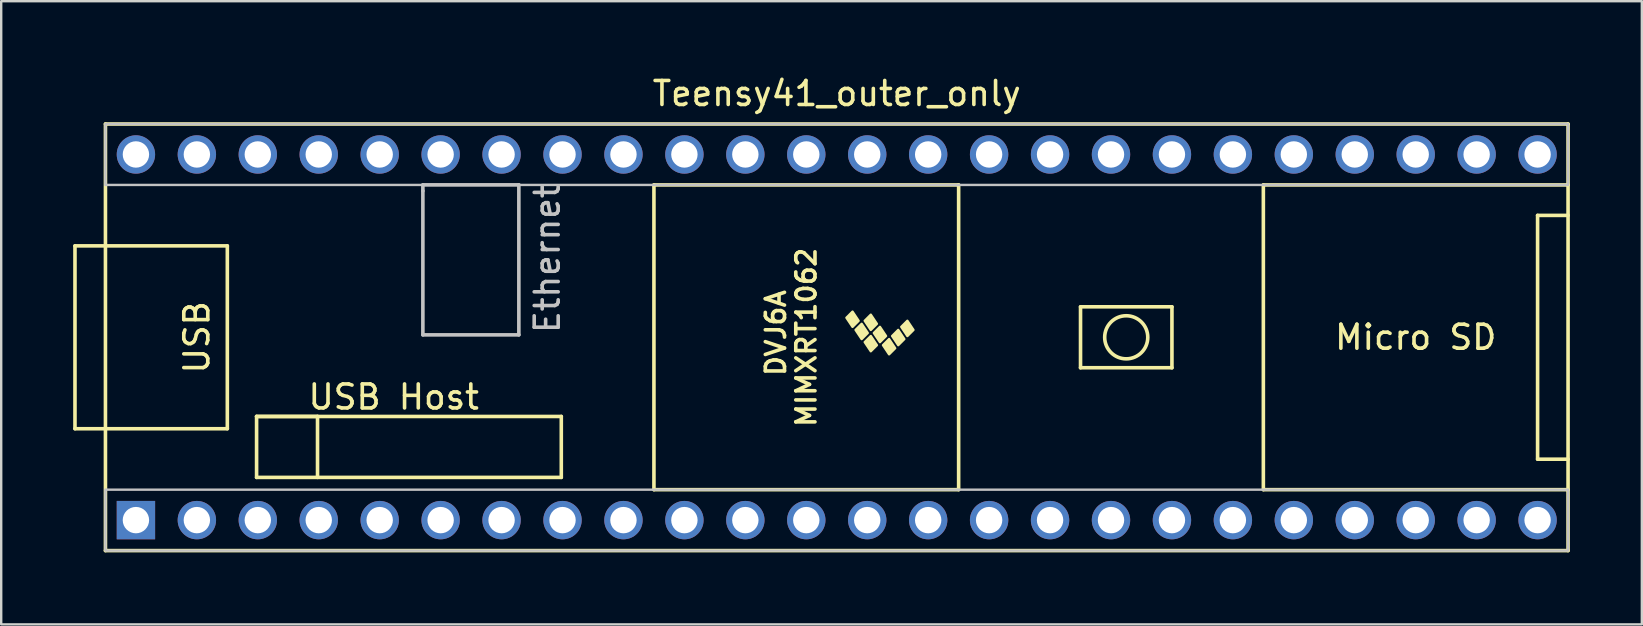
<source format=kicad_pcb>
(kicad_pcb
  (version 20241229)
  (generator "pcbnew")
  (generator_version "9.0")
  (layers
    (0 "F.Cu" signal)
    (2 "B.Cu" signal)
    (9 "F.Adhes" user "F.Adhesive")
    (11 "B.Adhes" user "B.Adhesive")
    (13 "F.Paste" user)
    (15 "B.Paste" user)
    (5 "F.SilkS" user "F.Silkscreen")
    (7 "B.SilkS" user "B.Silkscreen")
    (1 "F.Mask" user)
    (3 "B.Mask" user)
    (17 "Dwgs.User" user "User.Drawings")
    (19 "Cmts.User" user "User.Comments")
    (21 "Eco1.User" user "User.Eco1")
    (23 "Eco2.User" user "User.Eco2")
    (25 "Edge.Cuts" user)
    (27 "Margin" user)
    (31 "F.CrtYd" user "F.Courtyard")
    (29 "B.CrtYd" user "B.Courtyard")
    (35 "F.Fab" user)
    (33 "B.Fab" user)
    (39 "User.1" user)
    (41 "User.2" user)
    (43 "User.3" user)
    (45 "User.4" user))
  (footprint "Teensy41_outer_only"
    (layer "F.Cu")
    (at 31.825 11.008)
    (property "Reference" "Teensy41_outer_only" (at 0 -10.16 0) (layer "F.SilkS") (effects (font (size 1 1) (thickness 0.15))))
    (attr through_hole)
    (fp_line (start -31.75 -3.81) (end -30.48 -3.81) (stroke (width 0.15) (type solid)) (layer "F.SilkS"))
    (fp_line (start -31.75 3.81) (end -31.75 -3.81) (stroke (width 0.15) (type solid)) (layer "F.SilkS"))
    (fp_line (start -30.48 -8.89) (end 30.48 -8.89) (stroke (width 0.15) (type solid)) (layer "F.SilkS"))
    (fp_line (start -30.48 3.81) (end -31.75 3.81) (stroke (width 0.15) (type solid)) (layer "F.SilkS"))
    (fp_line (start -30.48 8.89) (end -30.48 -8.89) (stroke (width 0.15) (type solid)) (layer "F.SilkS"))
    (fp_line (start -25.4 -3.81) (end -30.48 -3.81) (stroke (width 0.15) (type solid)) (layer "F.SilkS"))
    (fp_line (start -25.4 3.81) (end -30.48 3.81) (stroke (width 0.15) (type solid)) (layer "F.SilkS"))
    (fp_line (start -25.4 3.81) (end -25.4 -3.81) (stroke (width 0.15) (type solid)) (layer "F.SilkS"))
    (fp_line (start -24.181 3.299) (end -21.641 3.299) (stroke (width 0.15) (type solid)) (layer "F.SilkS"))
    (fp_line (start -24.181 3.299) (end -11.481 3.299) (stroke (width 0.15) (type solid)) (layer "F.SilkS"))
    (fp_line (start -24.181 5.839) (end -24.181 3.299) (stroke (width 0.15) (type solid)) (layer "F.SilkS"))
    (fp_line (start -21.641 3.299) (end -21.641 5.839) (stroke (width 0.15) (type solid)) (layer "F.SilkS"))
    (fp_line (start -11.481 3.299) (end -11.481 5.839) (stroke (width 0.15) (type solid)) (layer "F.SilkS"))
    (fp_line (start -11.481 5.839) (end -24.181 5.839) (stroke (width 0.15) (type solid)) (layer "F.SilkS"))
    (fp_line (start -7.62 -6.35) (end -7.62 6.35) (stroke (width 0.15) (type solid)) (layer "F.SilkS"))
    (fp_line (start -7.62 6.35) (end 5.08 6.35) (stroke (width 0.15) (type solid)) (layer "F.SilkS"))
    (fp_line (start 5.08 -6.35) (end -7.62 -6.35) (stroke (width 0.15) (type solid)) (layer "F.SilkS"))
    (fp_line (start 5.08 6.35) (end 5.08 -6.35) (stroke (width 0.15) (type solid)) (layer "F.SilkS"))
    (fp_line (start 10.16 -1.27) (end 13.97 -1.27) (stroke (width 0.15) (type solid)) (layer "F.SilkS"))
    (fp_line (start 10.16 1.27) (end 10.16 -1.27) (stroke (width 0.15) (type solid)) (layer "F.SilkS"))
    (fp_line (start 13.97 -1.27) (end 13.97 1.27) (stroke (width 0.15) (type solid)) (layer "F.SilkS"))
    (fp_line (start 13.97 1.27) (end 10.16 1.27) (stroke (width 0.15) (type solid)) (layer "F.SilkS"))
    (fp_line (start 17.78 -6.35) (end 17.78 6.35) (stroke (width 0.15) (type solid)) (layer "F.SilkS"))
    (fp_line (start 17.78 6.35) (end 30.48 6.35) (stroke (width 0.15) (type solid)) (layer "F.SilkS"))
    (fp_line (start 29.21 -5.08) (end 29.21 5.08) (stroke (width 0.15) (type solid)) (layer "F.SilkS"))
    (fp_line (start 29.21 5.08) (end 30.48 5.08) (stroke (width 0.15) (type solid)) (layer "F.SilkS"))
    (fp_line (start 30.48 -8.89) (end 30.48 8.89) (stroke (width 0.15) (type solid)) (layer "F.SilkS"))
    (fp_line (start 30.48 -6.35) (end 17.78 -6.35) (stroke (width 0.15) (type solid)) (layer "F.SilkS"))
    (fp_line (start 30.48 -5.08) (end 29.21 -5.08) (stroke (width 0.15) (type solid)) (layer "F.SilkS"))
    (fp_line (start 30.48 8.89) (end -30.48 8.89) (stroke (width 0.15) (type solid)) (layer "F.SilkS"))
    (fp_circle (center 12.065 0) (end 12.7 -0.635) (stroke (width 0.15) (type solid)) (fill no) (layer "F.SilkS"))
    (fp_poly (pts (xy 0.911 -0.688) (xy 0.657 -0.434) (xy 0.403 -0.815) (xy 0.657 -1.069)) (stroke (width 0.1) (type solid)) (fill yes) (layer "F.SilkS"))
    (fp_poly (pts (xy 1.292 -0.18) (xy 1.038 0.074) (xy 0.784 -0.307) (xy 1.038 -0.561)) (stroke (width 0.1) (type solid)) (fill yes) (layer "F.SilkS"))
    (fp_poly (pts (xy 1.673 -0.561) (xy 1.419 -0.307) (xy 1.165 -0.688) (xy 1.419 -0.942)) (stroke (width 0.1) (type solid)) (fill yes) (layer "F.SilkS"))
    (fp_poly (pts (xy 1.673 0.328) (xy 1.419 0.582) (xy 1.165 0.201) (xy 1.419 -0.053)) (stroke (width 0.1) (type solid)) (fill yes) (layer "F.SilkS"))
    (fp_poly (pts (xy 2.054 -0.053) (xy 1.8 0.201) (xy 1.546 -0.18) (xy 1.8 -0.434)) (stroke (width 0.1) (type solid)) (fill yes) (layer "F.SilkS"))
    (fp_poly (pts (xy 2.435 0.455) (xy 2.181 0.709) (xy 1.927 0.328) (xy 2.181 0.074)) (stroke (width 0.1) (type solid)) (fill yes) (layer "F.SilkS"))
    (fp_poly (pts (xy 2.816 0.074) (xy 2.562 0.328) (xy 2.308 -0.053) (xy 2.562 -0.307)) (stroke (width 0.1) (type solid)) (fill yes) (layer "F.SilkS"))
    (fp_poly (pts (xy 3.197 -0.307) (xy 2.943 -0.053) (xy 2.689 -0.434) (xy 2.943 -0.688)) (stroke (width 0.1) (type solid)) (fill yes) (layer "F.SilkS"))
    (fp_line (start -17.25 -6.352) (end -17.25 -6.102) (stroke (width 0.15) (type solid)) (layer "Dwgs.User"))
    (fp_line (start -17.25 -6.102) (end -17.25 -0.102) (stroke (width 0.15) (type solid)) (layer "Dwgs.User"))
    (fp_line (start -17.25 -0.102) (end -13.25 -0.102) (stroke (width 0.15) (type solid)) (layer "Dwgs.User"))
    (fp_line (start -13.25 -6.352) (end -17.25 -6.352) (stroke (width 0.15) (type solid)) (layer "Dwgs.User"))
    (fp_line (start -13.25 -0.102) (end -13.25 -6.352) (stroke (width 0.15) (type solid)) (layer "Dwgs.User"))
    (fp_rect (start -30.48 -8.89) (end 30.48 -6.35) (stroke (width 0.1) (type default)) (fill no) (layer "Dwgs.User"))
    (fp_rect (start -30.48 6.35) (end 30.48 8.89) (stroke (width 0.1) (type default)) (fill no) (layer "Dwgs.User"))
    (fp_text user "DVJ6A" (at -2.54 -0.18 270) (layer "F.SilkS") (effects (font (size 0.8 0.8) (thickness 0.15))))
    (fp_text user "USB" (at -26.67 0 270) (layer "F.SilkS") (effects (font (size 1 1) (thickness 0.15))))
    (fp_text user "Micro SD" (at 24.13 0 0) (layer "F.SilkS") (effects (font (size 1 1) (thickness 0.15))))
    (fp_text user "MIMXRT1062" (at -1.27 0 270) (layer "F.SilkS") (effects (font (size 0.8 0.8) (thickness 0.15))))
    (fp_text user "USB Host" (at -18.466 2.489 0) (layer "F.SilkS") (effects (font (size 1 1) (thickness 0.15))))
    (fp_text user "Ethernet" (at -12.065 -3.277 90) (layer "Dwgs.User") (effects (font (size 1 1) (thickness 0.15))))
    (pad "1" thru_hole rect (at -29.21 7.62) (size 1.6 1.6) (drill 1.1) (layers "*.Cu" "*.Mask"))
    (pad "2" thru_hole circle (at -26.67 7.62) (size 1.6 1.6) (drill 1.1) (layers "*.Cu" "*.Mask"))
    (pad "3" thru_hole circle (at -24.13 7.62) (size 1.6 1.6) (drill 1.1) (layers "*.Cu" "*.Mask"))
    (pad "4" thru_hole circle (at -21.59 7.62) (size 1.6 1.6) (drill 1.1) (layers "*.Cu" "*.Mask"))
    (pad "5" thru_hole circle (at -19.05 7.62) (size 1.6 1.6) (drill 1.1) (layers "*.Cu" "*.Mask"))
    (pad "6" thru_hole circle (at -16.51 7.62) (size 1.6 1.6) (drill 1.1) (layers "*.Cu" "*.Mask"))
    (pad "7" thru_hole circle (at -13.97 7.62) (size 1.6 1.6) (drill 1.1) (layers "*.Cu" "*.Mask"))
    (pad "8" thru_hole circle (at -11.43 7.62) (size 1.6 1.6) (drill 1.1) (layers "*.Cu" "*.Mask"))
    (pad "9" thru_hole circle (at -8.89 7.62) (size 1.6 1.6) (drill 1.1) (layers "*.Cu" "*.Mask"))
    (pad "10" thru_hole circle (at -6.35 7.62) (size 1.6 1.6) (drill 1.1) (layers "*.Cu" "*.Mask"))
    (pad "11" thru_hole circle (at -3.81 7.62) (size 1.6 1.6) (drill 1.1) (layers "*.Cu" "*.Mask"))
    (pad "12" thru_hole circle (at -1.27 7.62) (size 1.6 1.6) (drill 1.1) (layers "*.Cu" "*.Mask"))
    (pad "13" thru_hole circle (at 1.27 7.62) (size 1.6 1.6) (drill 1.1) (layers "*.Cu" "*.Mask"))
    (pad "14" thru_hole circle (at 3.81 7.62) (size 1.6 1.6) (drill 1.1) (layers "*.Cu" "*.Mask"))
    (pad "15" thru_hole circle (at 6.35 7.62) (size 1.6 1.6) (drill 1.1) (layers "*.Cu" "*.Mask"))
    (pad "16" thru_hole circle (at 8.89 7.62) (size 1.6 1.6) (drill 1.1) (layers "*.Cu" "*.Mask"))
    (pad "17" thru_hole circle (at 11.43 7.62) (size 1.6 1.6) (drill 1.1) (layers "*.Cu" "*.Mask"))
    (pad "18" thru_hole circle (at 13.97 7.62) (size 1.6 1.6) (drill 1.1) (layers "*.Cu" "*.Mask"))
    (pad "19" thru_hole circle (at 16.51 7.62) (size 1.6 1.6) (drill 1.1) (layers "*.Cu" "*.Mask"))
    (pad "20" thru_hole circle (at 19.05 7.62) (size 1.6 1.6) (drill 1.1) (layers "*.Cu" "*.Mask"))
    (pad "21" thru_hole circle (at 21.59 7.62) (size 1.6 1.6) (drill 1.1) (layers "*.Cu" "*.Mask"))
    (pad "22" thru_hole circle (at 24.13 7.62) (size 1.6 1.6) (drill 1.1) (layers "*.Cu" "*.Mask"))
    (pad "23" thru_hole circle (at 26.67 7.62) (size 1.6 1.6) (drill 1.1) (layers "*.Cu" "*.Mask"))
    (pad "24" thru_hole circle (at 29.21 7.62) (size 1.6 1.6) (drill 1.1) (layers "*.Cu" "*.Mask"))
    (pad "25" thru_hole circle (at 29.21 -7.62) (size 1.6 1.6) (drill 1.1) (layers "*.Cu" "*.Mask"))
    (pad "26" thru_hole circle (at 26.67 -7.62) (size 1.6 1.6) (drill 1.1) (layers "*.Cu" "*.Mask"))
    (pad "27" thru_hole circle (at 24.13 -7.62) (size 1.6 1.6) (drill 1.1) (layers "*.Cu" "*.Mask"))
    (pad "28" thru_hole circle (at 21.59 -7.62) (size 1.6 1.6) (drill 1.1) (layers "*.Cu" "*.Mask"))
    (pad "29" thru_hole circle (at 19.05 -7.62) (size 1.6 1.6) (drill 1.1) (layers "*.Cu" "*.Mask"))
    (pad "30" thru_hole circle (at 16.51 -7.62) (size 1.6 1.6) (drill 1.1) (layers "*.Cu" "*.Mask"))
    (pad "31" thru_hole circle (at 13.97 -7.62) (size 1.6 1.6) (drill 1.1) (layers "*.Cu" "*.Mask"))
    (pad "32" thru_hole circle (at 11.43 -7.62) (size 1.6 1.6) (drill 1.1) (layers "*.Cu" "*.Mask"))
    (pad "33" thru_hole circle (at 8.89 -7.62) (size 1.6 1.6) (drill 1.1) (layers "*.Cu" "*.Mask"))
    (pad "34" thru_hole circle (at 6.35 -7.62) (size 1.6 1.6) (drill 1.1) (layers "*.Cu" "*.Mask"))
    (pad "35" thru_hole circle (at 3.81 -7.62) (size 1.6 1.6) (drill 1.1) (layers "*.Cu" "*.Mask"))
    (pad "36" thru_hole circle (at 1.27 -7.62) (size 1.6 1.6) (drill 1.1) (layers "*.Cu" "*.Mask"))
    (pad "37" thru_hole circle (at -1.27 -7.62) (size 1.6 1.6) (drill 1.1) (layers "*.Cu" "*.Mask"))
    (pad "38" thru_hole circle (at -3.81 -7.62) (size 1.6 1.6) (drill 1.1) (layers "*.Cu" "*.Mask"))
    (pad "39" thru_hole circle (at -6.35 -7.62) (size 1.6 1.6) (drill 1.1) (layers "*.Cu" "*.Mask"))
    (pad "40" thru_hole circle (at -8.89 -7.62) (size 1.6 1.6) (drill 1.1) (layers "*.Cu" "*.Mask"))
    (pad "41" thru_hole circle (at -11.43 -7.62) (size 1.6 1.6) (drill 1.1) (layers "*.Cu" "*.Mask"))
    (pad "42" thru_hole circle (at -13.97 -7.62) (size 1.6 1.6) (drill 1.1) (layers "*.Cu" "*.Mask"))
    (pad "43" thru_hole circle (at -16.51 -7.62) (size 1.6 1.6) (drill 1.1) (layers "*.Cu" "*.Mask"))
    (pad "44" thru_hole circle (at -19.05 -7.62) (size 1.6 1.6) (drill 1.1) (layers "*.Cu" "*.Mask"))
    (pad "45" thru_hole circle (at -21.59 -7.62) (size 1.6 1.6) (drill 1.1) (layers "*.Cu" "*.Mask"))
    (pad "46" thru_hole circle (at -24.13 -7.62) (size 1.6 1.6) (drill 1.1) (layers "*.Cu" "*.Mask"))
    (pad "47" thru_hole circle (at -26.67 -7.62) (size 1.6 1.6) (drill 1.1) (layers "*.Cu" "*.Mask"))
    (pad "48" thru_hole circle (at -29.21 -7.62) (size 1.6 1.6) (drill 1.1) (layers "*.Cu" "*.Mask")))
  (gr_rect
    (start -3 -3)
    (end 65.38 22.973)
    (stroke (width 0.1) (type default))
    (fill no)
    (layer "Edge.Cuts")))
</source>
